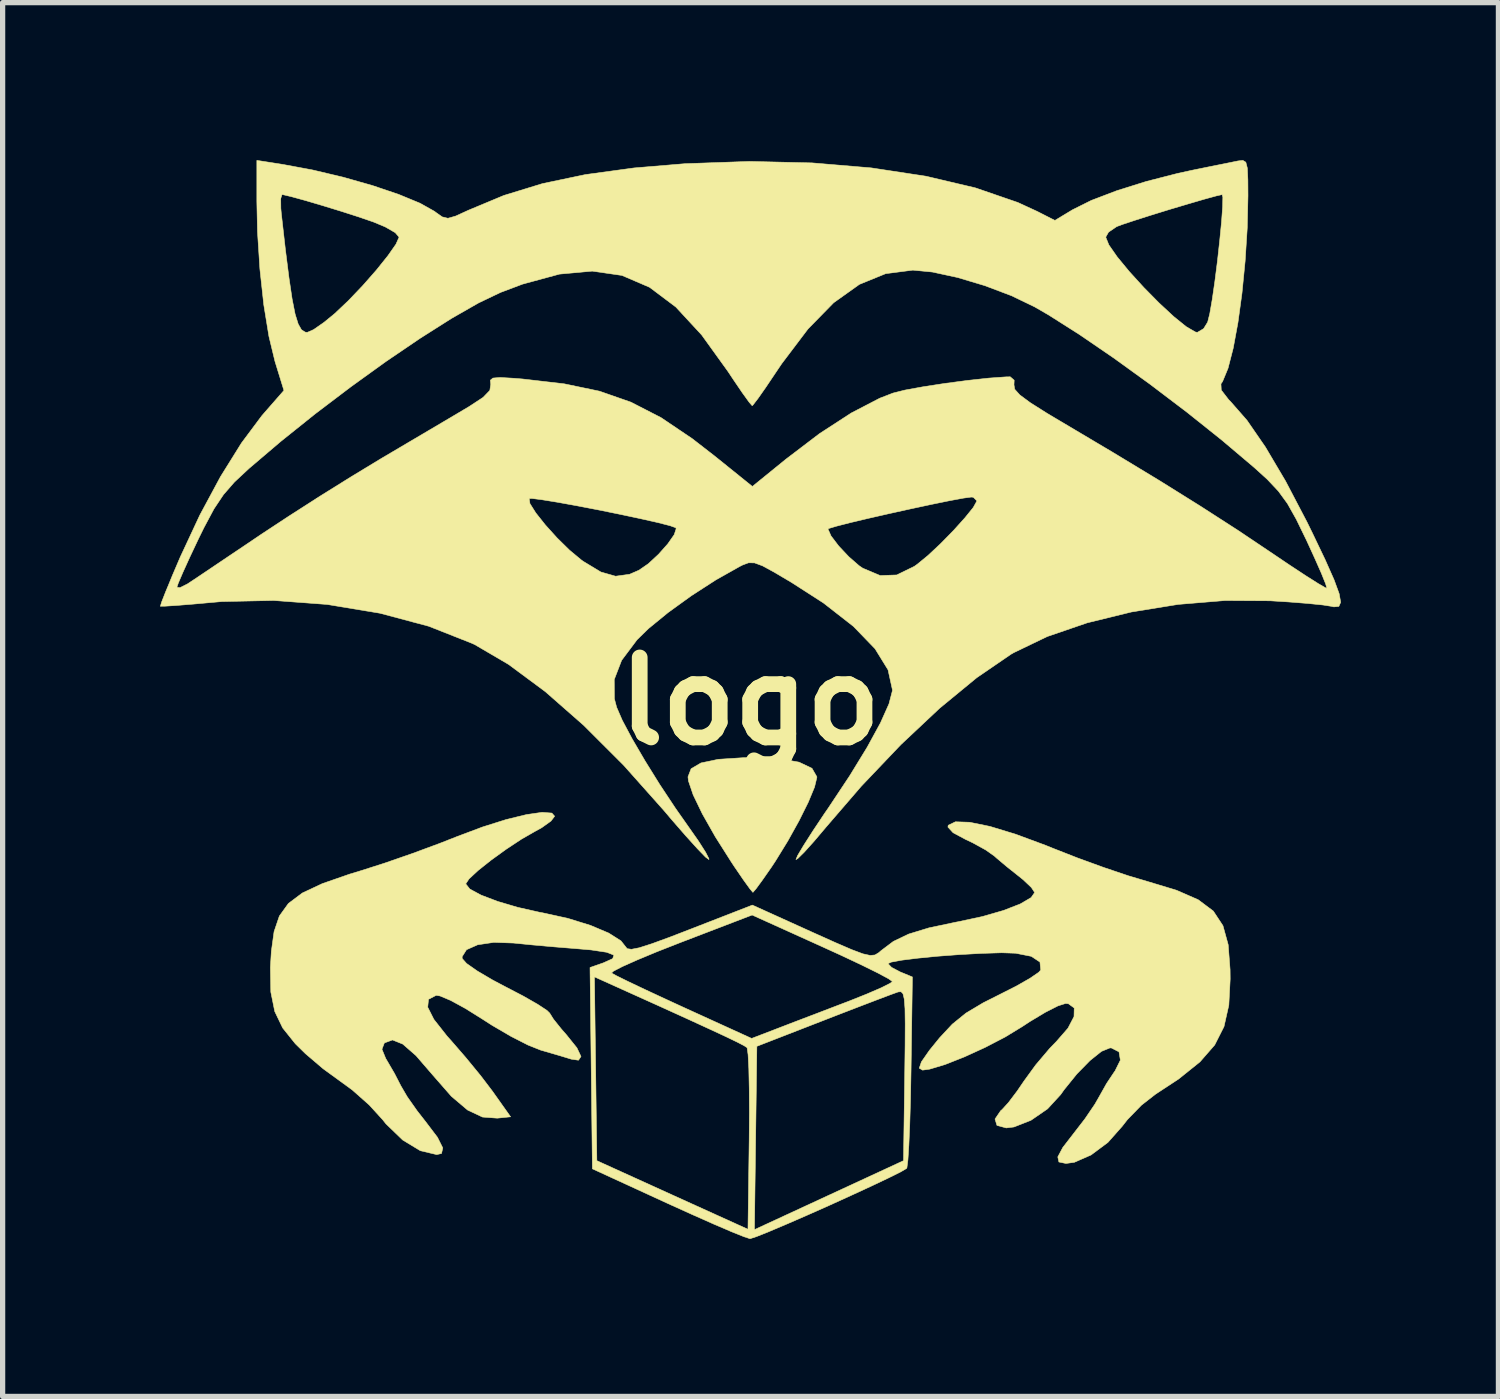
<source format=kicad_pcb>
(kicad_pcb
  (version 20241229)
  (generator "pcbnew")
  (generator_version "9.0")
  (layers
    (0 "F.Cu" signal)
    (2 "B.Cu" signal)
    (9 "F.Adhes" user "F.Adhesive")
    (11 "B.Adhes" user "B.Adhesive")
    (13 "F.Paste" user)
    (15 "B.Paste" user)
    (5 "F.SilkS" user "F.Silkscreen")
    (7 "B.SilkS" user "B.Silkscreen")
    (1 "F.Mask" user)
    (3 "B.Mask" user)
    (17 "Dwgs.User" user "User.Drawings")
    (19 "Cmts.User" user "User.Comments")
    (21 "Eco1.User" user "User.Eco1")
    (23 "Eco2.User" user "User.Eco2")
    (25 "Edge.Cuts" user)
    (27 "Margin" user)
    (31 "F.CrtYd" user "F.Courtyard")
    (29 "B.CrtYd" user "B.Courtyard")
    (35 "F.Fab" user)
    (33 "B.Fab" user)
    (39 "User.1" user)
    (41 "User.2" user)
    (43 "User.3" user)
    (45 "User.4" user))
  (footprint "logo"
    (layer "F.Cu")
    (at 11.241 10.309)
    (property "Reference" "logo" (at 0 0 0) (layer "F.SilkS") (effects (font (size 1.524 1.524) (thickness 0.3))))
    (attr through_hole)
    (fp_poly (pts (xy 0.536 1.091) (xy 0.93 1.16) (xy 1.177 1.277) (xy 1.27 1.439) (xy 1.27 1.452) (xy 1.226 1.635) (xy 1.107 1.922) (xy 0.931 2.276) (xy 0.717 2.661) (xy 0.484 3.04) (xy 0.409 3.154) (xy 0.241 3.395) (xy 0.114 3.569) (xy 0.053 3.64) (xy 0.052 3.641) (xy -0.004 3.575) (xy -0.129 3.402) (xy -0.3 3.152) (xy -0.36 3.061) (xy -0.665 2.58) (xy -0.911 2.146) (xy -1.086 1.783) (xy -1.176 1.518) (xy -1.185 1.44) (xy -1.125 1.285) (xy -0.937 1.175) (xy -0.609 1.106) (xy -0.13 1.075) (xy 0.002 1.072) (xy 0.536 1.091)) (stroke (width 0.01) (type solid)) (fill yes) (layer "F.SilkS"))
    (fp_poly (pts (xy -3.778 2.13) (xy -3.725 2.19) (xy -3.795 2.282) (xy -3.971 2.408) (xy -4.096 2.477) (xy -4.358 2.627) (xy -4.65 2.82) (xy -4.936 3.027) (xy -5.184 3.224) (xy -5.356 3.384) (xy -5.419 3.479) (xy -5.341 3.577) (xy -5.128 3.692) (xy -4.813 3.812) (xy -4.428 3.926) (xy -4.006 4.021) (xy -3.955 4.03) (xy -3.473 4.136) (xy -3.043 4.269) (xy -2.695 4.416) (xy -2.462 4.564) (xy -2.382 4.665) (xy -2.344 4.713) (xy -2.262 4.725) (xy -2.113 4.696) (xy -1.873 4.619) (xy -1.518 4.489) (xy -1.143 4.344) (xy 0.042 3.883) (xy 1.179 4.398) (xy 1.62 4.596) (xy 1.933 4.731) (xy 2.146 4.811) (xy 2.285 4.842) (xy 2.377 4.833) (xy 2.45 4.789) (xy 2.492 4.752) (xy 2.727 4.575) (xy 3.019 4.435) (xy 3.404 4.317) (xy 3.919 4.208) (xy 3.968 4.199) (xy 4.424 4.101) (xy 4.826 3.985) (xy 5.145 3.861) (xy 5.352 3.74) (xy 5.419 3.643) (xy 5.357 3.548) (xy 5.201 3.4) (xy 5.11 3.327) (xy 4.885 3.148) (xy 4.695 2.988) (xy 4.652 2.949) (xy 4.486 2.832) (xy 4.237 2.695) (xy 4.107 2.634) (xy 3.865 2.504) (xy 3.767 2.397) (xy 3.773 2.362) (xy 3.91 2.296) (xy 4.18 2.305) (xy 4.567 2.384) (xy 5.054 2.532) (xy 5.624 2.743) (xy 5.757 2.797) (xy 6.234 2.984) (xy 6.737 3.167) (xy 7.205 3.325) (xy 7.559 3.43) (xy 8.121 3.6) (xy 8.535 3.781) (xy 8.823 3.997) (xy 9.006 4.275) (xy 9.106 4.638) (xy 9.142 5.112) (xy 9.144 5.292) (xy 9.118 5.789) (xy 9.026 6.198) (xy 8.849 6.548) (xy 8.567 6.871) (xy 8.162 7.196) (xy 7.721 7.486) (xy 7.452 7.696) (xy 7.186 7.97) (xy 7.086 8.098) (xy 6.815 8.404) (xy 6.494 8.643) (xy 6.175 8.783) (xy 6.015 8.805) (xy 5.881 8.777) (xy 5.86 8.68) (xy 5.955 8.501) (xy 6.169 8.224) (xy 6.379 7.952) (xy 6.565 7.678) (xy 6.647 7.535) (xy 6.789 7.282) (xy 6.937 7.06) (xy 6.95 7.043) (xy 7.052 6.837) (xy 7.026 6.679) (xy 6.882 6.605) (xy 6.853 6.604) (xy 6.693 6.669) (xy 6.473 6.845) (xy 6.224 7.099) (xy 5.979 7.402) (xy 5.914 7.494) (xy 5.665 7.765) (xy 5.348 7.983) (xy 5.025 8.11) (xy 4.878 8.128) (xy 4.701 8.08) (xy 4.664 7.959) (xy 4.773 7.799) (xy 4.798 7.779) (xy 4.92 7.645) (xy 5.088 7.423) (xy 5.213 7.239) (xy 5.439 6.928) (xy 5.705 6.614) (xy 5.834 6.481) (xy 6.054 6.228) (xy 6.169 6.007) (xy 6.173 5.843) (xy 6.062 5.762) (xy 6.008 5.757) (xy 5.863 5.803) (xy 5.623 5.925) (xy 5.328 6.102) (xy 5.182 6.198) (xy 4.857 6.396) (xy 4.476 6.594) (xy 4.08 6.775) (xy 3.713 6.92) (xy 3.42 7.008) (xy 3.284 7.027) (xy 3.221 6.99) (xy 3.262 6.869) (xy 3.413 6.652) (xy 3.607 6.413) (xy 3.85 6.152) (xy 4.11 5.941) (xy 4.44 5.744) (xy 4.744 5.591) (xy 5.068 5.427) (xy 5.331 5.277) (xy 5.497 5.163) (xy 5.535 5.12) (xy 5.52 4.968) (xy 5.355 4.859) (xy 5.056 4.8) (xy 4.792 4.791) (xy 4.405 4.803) (xy 3.988 4.826) (xy 3.573 4.857) (xy 3.196 4.894) (xy 2.89 4.932) (xy 2.688 4.969) (xy 2.625 4.998) (xy 2.694 5.07) (xy 2.857 5.156) (xy 3.09 5.252) (xy 3.064 7.05) (xy 3.054 7.585) (xy 3.04 8.062) (xy 3.023 8.454) (xy 3.005 8.737) (xy 2.986 8.885) (xy 2.98 8.899) (xy 2.87 8.964) (xy 2.637 9.08) (xy 2.313 9.234) (xy 1.927 9.412) (xy 1.51 9.602) (xy 1.091 9.788) (xy 0.7 9.958) (xy 0.368 10.099) (xy 0.126 10.196) (xy 0.002 10.237) (xy -0.004 10.238) (xy -0.117 10.201) (xy -0.357 10.105) (xy -0.446 10.066) (xy 0.081 10.066) (xy 2.921 8.752) (xy 2.944 7.121) (xy 2.951 6.558) (xy 2.953 6.144) (xy 2.949 5.855) (xy 2.935 5.672) (xy 2.911 5.572) (xy 2.875 5.534) (xy 2.825 5.536) (xy 2.811 5.54) (xy 2.681 5.587) (xy 2.424 5.684) (xy 2.071 5.819) (xy 1.653 5.98) (xy 1.391 6.082) (xy 0.127 6.573) (xy 0.104 8.32) (xy 0.081 10.066) (xy -0.446 10.066) (xy -0.697 9.959) (xy -1.111 9.775) (xy -1.566 9.569) (xy -3.006 8.907) (xy -3.049 5.25) (xy -2.967 5.25) (xy -2.944 7.001) (xy -2.921 8.752) (xy -1.482 9.406) (xy -0.042 10.059) (xy -0.019 8.359) (xy -0.015 7.838) (xy -0.018 7.376) (xy -0.026 6.998) (xy -0.04 6.732) (xy -0.058 6.603) (xy -0.062 6.597) (xy -0.117 6.561) (xy -0.244 6.495) (xy -0.457 6.392) (xy -0.769 6.247) (xy -1.193 6.052) (xy -1.743 5.802) (xy -2.433 5.491) (xy -2.521 5.451) (xy -2.967 5.25) (xy -3.049 5.25) (xy -3.05 5.177) (xy -2.642 5.177) (xy -2.548 5.229) (xy -2.327 5.338) (xy -2.005 5.491) (xy -1.609 5.675) (xy -1.277 5.828) (xy 0.028 6.423) (xy 0.543 6.225) (xy 0.855 6.105) (xy 1.259 5.951) (xy 1.687 5.787) (xy 1.884 5.712) (xy 2.224 5.576) (xy 2.497 5.458) (xy 2.668 5.372) (xy 2.709 5.338) (xy 2.636 5.286) (xy 2.433 5.177) (xy 2.125 5.025) (xy 1.737 4.842) (xy 1.373 4.676) (xy 0.037 4.072) (xy -1.332 4.597) (xy -1.773 4.77) (xy -2.148 4.926) (xy -2.433 5.053) (xy -2.604 5.141) (xy -2.642 5.177) (xy -3.05 5.177) (xy -3.051 5.072) (xy -2.796 4.983) (xy -2.619 4.903) (xy -2.596 4.836) (xy -2.732 4.782) (xy -3.031 4.737) (xy -3.322 4.712) (xy -3.73 4.679) (xy -4.147 4.642) (xy -4.488 4.608) (xy -4.508 4.606) (xy -4.883 4.593) (xy -5.192 4.639) (xy -5.404 4.733) (xy -5.488 4.866) (xy -5.486 4.901) (xy -5.403 4.995) (xy -5.199 5.138) (xy -4.905 5.311) (xy -4.657 5.442) (xy -4.323 5.616) (xy -4.05 5.772) (xy -3.872 5.889) (xy -3.82 5.94) (xy -3.748 6.055) (xy -3.6 6.24) (xy -3.503 6.351) (xy -3.301 6.602) (xy -3.223 6.767) (xy -3.271 6.838) (xy -3.408 6.818) (xy -3.605 6.758) (xy -3.878 6.678) (xy -3.99 6.646) (xy -4.233 6.549) (xy -4.56 6.382) (xy -4.919 6.172) (xy -5.104 6.053) (xy -5.424 5.853) (xy -5.704 5.7) (xy -5.908 5.614) (xy -5.982 5.602) (xy -6.128 5.678) (xy -6.143 5.828) (xy -6.026 6.06) (xy -5.773 6.381) (xy -5.699 6.463) (xy -5.419 6.786) (xy -5.136 7.131) (xy -4.907 7.432) (xy -4.886 7.462) (xy -4.564 7.916) (xy -4.817 7.942) (xy -5.1 7.921) (xy -5.384 7.787) (xy -5.692 7.526) (xy -6.044 7.124) (xy -6.049 7.118) (xy -6.366 6.751) (xy -6.618 6.531) (xy -6.814 6.452) (xy -6.964 6.507) (xy -6.971 6.514) (xy -7.015 6.629) (xy -6.943 6.805) (xy -6.922 6.84) (xy -6.775 7.092) (xy -6.653 7.329) (xy -6.532 7.536) (xy -6.344 7.803) (xy -6.186 8.005) (xy -5.957 8.307) (xy -5.856 8.509) (xy -5.88 8.615) (xy -5.972 8.636) (xy -6.284 8.562) (xy -6.62 8.358) (xy -6.938 8.051) (xy -6.999 7.974) (xy -7.257 7.691) (xy -7.58 7.405) (xy -7.805 7.241) (xy -8.136 7) (xy -8.475 6.711) (xy -8.666 6.523) (xy -8.906 6.223) (xy -9.057 5.909) (xy -9.132 5.538) (xy -9.14 5.069) (xy -9.122 4.765) (xy -9.07 4.389) (xy -8.969 4.091) (xy -8.797 3.852) (xy -8.532 3.653) (xy -8.151 3.474) (xy -7.633 3.294) (xy -7.403 3.224) (xy -6.962 3.083) (xy -6.441 2.902) (xy -5.916 2.708) (xy -5.588 2.579) (xy -5.098 2.395) (xy -4.648 2.253) (xy -4.262 2.159) (xy -3.964 2.116) (xy -3.778 2.13)) (stroke (width 0.01) (type solid)) (fill yes) (layer "F.SilkS"))
    (fp_poly (pts (xy 9.442 -10.269) (xy 9.471 -10.156) (xy 9.481 -9.932) (xy 9.483 -9.632) (xy 9.469 -9.015) (xy 9.429 -8.387) (xy 9.369 -7.777) (xy 9.292 -7.214) (xy 9.202 -6.727) (xy 9.103 -6.343) (xy 8.999 -6.091) (xy 8.968 -6.047) (xy 8.974 -5.928) (xy 9.117 -5.743) (xy 9.152 -5.708) (xy 9.464 -5.352) (xy 9.815 -4.843) (xy 10.199 -4.194) (xy 10.607 -3.415) (xy 10.708 -3.209) (xy 10.954 -2.695) (xy 11.123 -2.314) (xy 11.22 -2.049) (xy 11.249 -1.886) (xy 11.214 -1.807) (xy 11.119 -1.798) (xy 11.07 -1.809) (xy 10.911 -1.834) (xy 10.626 -1.863) (xy 10.256 -1.892) (xy 9.906 -1.914) (xy 9.046 -1.919) (xy 8.153 -1.845) (xy 7.264 -1.701) (xy 6.42 -1.494) (xy 5.659 -1.233) (xy 5.021 -0.926) (xy 4.969 -0.896) (xy 4.316 -0.449) (xy 3.61 0.132) (xy 2.87 0.827) (xy 2.117 1.618) (xy 1.448 2.394) (xy 1.218 2.666) (xy 1.029 2.876) (xy 0.906 2.997) (xy 0.872 3.016) (xy 0.904 2.938) (xy 1.017 2.748) (xy 1.194 2.471) (xy 1.418 2.135) (xy 1.484 2.04) (xy 1.893 1.424) (xy 2.228 0.877) (xy 2.481 0.414) (xy 2.644 0.05) (xy 2.709 -0.2) (xy 2.709 -0.221) (xy 2.626 -0.599) (xy 2.378 -1.001) (xy 1.967 -1.426) (xy 1.396 -1.872) (xy 0.793 -2.26) (xy 0.459 -2.458) (xy 0.235 -2.58) (xy 0.083 -2.636) (xy -0.031 -2.638) (xy -0.144 -2.596) (xy -0.203 -2.566) (xy -0.652 -2.313) (xy -1.121 -2.01) (xy -1.564 -1.69) (xy -1.937 -1.385) (xy -2.155 -1.172) (xy -2.449 -0.78) (xy -2.59 -0.414) (xy -2.587 -0.048) (xy -2.544 0.115) (xy -2.437 0.362) (xy -2.25 0.713) (xy -2.005 1.132) (xy -1.723 1.586) (xy -1.423 2.039) (xy -1.17 2.399) (xy -0.983 2.666) (xy -0.848 2.878) (xy -0.786 3) (xy -0.786 3.016) (xy -0.851 2.968) (xy -1.003 2.811) (xy -1.225 2.566) (xy -1.495 2.256) (xy -1.644 2.08) (xy -2.41 1.22) (xy -3.169 0.461) (xy -3.904 -0.184) (xy -4.603 -0.702) (xy -5.248 -1.08) (xy -5.298 -1.103) (xy -6.123 -1.429) (xy -7.058 -1.678) (xy -8.057 -1.844) (xy -9.076 -1.92) (xy -10.068 -1.899) (xy -10.216 -1.886) (xy -10.606 -1.851) (xy -10.929 -1.825) (xy -11.15 -1.811) (xy -11.236 -1.81) (xy -11.212 -1.89) (xy -11.132 -2.094) (xy -11.099 -2.172) (xy -10.921 -2.172) (xy -10.862 -2.164) (xy -10.715 -2.238) (xy -10.687 -2.257) (xy -10.536 -2.357) (xy -10.276 -2.532) (xy -9.936 -2.761) (xy -9.546 -3.023) (xy -9.311 -3.182) (xy -8.793 -3.523) (xy -8.266 -3.861) (xy -4.21 -3.861) (xy -4.196 -3.766) (xy -4.084 -3.588) (xy -3.903 -3.36) (xy -3.68 -3.113) (xy -3.442 -2.879) (xy -3.216 -2.691) (xy -3.183 -2.667) (xy -2.844 -2.462) (xy -2.564 -2.382) (xy -2.297 -2.419) (xy -2.12 -2.496) (xy -1.94 -2.62) (xy -1.746 -2.8) (xy -1.57 -2.998) (xy -1.447 -3.174) (xy -1.412 -3.281) (xy 1.482 -3.281) (xy 1.54 -3.15) (xy 1.686 -2.958) (xy 1.879 -2.753) (xy 2.075 -2.582) (xy 2.144 -2.535) (xy 2.476 -2.395) (xy 2.791 -2.406) (xy 3.127 -2.57) (xy 3.183 -2.61) (xy 3.388 -2.778) (xy 3.629 -3.004) (xy 3.874 -3.254) (xy 4.091 -3.495) (xy 4.25 -3.692) (xy 4.317 -3.813) (xy 4.318 -3.819) (xy 4.251 -3.886) (xy 4.212 -3.89) (xy 4.064 -3.87) (xy 3.799 -3.821) (xy 3.452 -3.75) (xy 3.056 -3.665) (xy 2.644 -3.574) (xy 2.249 -3.484) (xy 1.904 -3.402) (xy 1.643 -3.335) (xy 1.499 -3.292) (xy 1.482 -3.281) (xy -1.412 -3.281) (xy -1.41 -3.29) (xy -1.419 -3.306) (xy -1.525 -3.344) (xy -1.759 -3.404) (xy -2.087 -3.478) (xy -2.477 -3.561) (xy -2.895 -3.646) (xy -3.305 -3.725) (xy -3.676 -3.792) (xy -3.972 -3.84) (xy -4.161 -3.864) (xy -4.21 -3.861) (xy -8.266 -3.861) (xy -8.198 -3.905) (xy -7.593 -4.282) (xy -7.049 -4.612) (xy -6.985 -4.65) (xy -6.543 -4.911) (xy -6.113 -5.165) (xy -5.735 -5.388) (xy -5.447 -5.559) (xy -5.351 -5.616) (xy -5.088 -5.789) (xy -4.96 -5.921) (xy -4.942 -6.038) (xy -4.942 -6.039) (xy -4.95 -6.116) (xy -4.901 -6.157) (xy -4.763 -6.168) (xy -4.503 -6.153) (xy -4.333 -6.139) (xy -3.542 -6.047) (xy -2.871 -5.907) (xy -2.272 -5.698) (xy -1.698 -5.403) (xy -1.102 -5.001) (xy -0.678 -4.672) (xy 0.042 -4.092) (xy 0.679 -4.61) (xy 1.32 -5.098) (xy 1.925 -5.491) (xy 2.468 -5.773) (xy 2.721 -5.871) (xy 2.948 -5.928) (xy 3.294 -5.991) (xy 3.709 -6.055) (xy 4.142 -6.112) (xy 4.545 -6.156) (xy 4.867 -6.179) (xy 4.954 -6.181) (xy 5.029 -6.116) (xy 5.025 -6.029) (xy 5.039 -5.944) (xy 5.137 -5.835) (xy 5.337 -5.687) (xy 5.658 -5.484) (xy 5.9 -5.34) (xy 6.914 -4.738) (xy 7.801 -4.201) (xy 8.586 -3.711) (xy 9.292 -3.256) (xy 9.903 -2.846) (xy 10.271 -2.598) (xy 10.587 -2.39) (xy 10.826 -2.239) (xy 10.963 -2.16) (xy 10.986 -2.153) (xy 10.963 -2.235) (xy 10.881 -2.439) (xy 10.751 -2.733) (xy 10.602 -3.058) (xy 10.403 -3.467) (xy 10.235 -3.766) (xy 10.062 -4.003) (xy 9.851 -4.227) (xy 9.603 -4.452) (xy 8.991 -4.97) (xy 8.319 -5.507) (xy 7.618 -6.039) (xy 6.923 -6.541) (xy 6.268 -6.989) (xy 5.685 -7.359) (xy 5.419 -7.513) (xy 4.979 -7.725) (xy 4.471 -7.917) (xy 3.95 -8.073) (xy 3.469 -8.177) (xy 3.099 -8.213) (xy 2.581 -8.146) (xy 2.081 -7.942) (xy 1.59 -7.592) (xy 1.1 -7.091) (xy 0.6 -6.43) (xy 0.489 -6.265) (xy 0.301 -5.985) (xy 0.149 -5.768) (xy 0.055 -5.646) (xy 0.038 -5.63) (xy -0.019 -5.696) (xy -0.147 -5.873) (xy -0.321 -6.129) (xy -0.424 -6.284) (xy -0.924 -6.978) (xy -1.416 -7.51) (xy -1.916 -7.886) (xy -2.442 -8.112) (xy -3.008 -8.194) (xy -3.634 -8.137) (xy -4.334 -7.947) (xy -4.754 -7.789) (xy -5.173 -7.589) (xy -5.692 -7.292) (xy -6.287 -6.915) (xy -6.935 -6.475) (xy -7.609 -5.989) (xy -8.287 -5.475) (xy -8.942 -4.95) (xy -9.552 -4.431) (xy -9.555 -4.428) (xy -9.825 -4.176) (xy -10.033 -3.937) (xy -10.216 -3.663) (xy -10.408 -3.303) (xy -10.51 -3.095) (xy -10.675 -2.746) (xy -10.808 -2.453) (xy -10.895 -2.25) (xy -10.921 -2.172) (xy -11.099 -2.172) (xy -11.009 -2.392) (xy -10.855 -2.752) (xy -10.853 -2.756) (xy -10.485 -3.545) (xy -10.09 -4.279) (xy -9.69 -4.921) (xy -9.304 -5.438) (xy -9.253 -5.497) (xy -8.882 -5.921) (xy -9.052 -6.472) (xy -9.168 -6.951) (xy -9.266 -7.553) (xy -9.34 -8.234) (xy -9.386 -8.947) (xy -9.398 -9.521) (xy -9.398 -9.577) (xy -8.943 -9.577) (xy -8.941 -9.389) (xy -8.932 -9.292) (xy -8.854 -8.604) (xy -8.786 -8.067) (xy -8.726 -7.663) (xy -8.669 -7.375) (xy -8.61 -7.186) (xy -8.548 -7.077) (xy -8.477 -7.032) (xy -8.438 -7.027) (xy -8.317 -7.08) (xy -8.119 -7.218) (xy -7.917 -7.383) (xy -7.655 -7.631) (xy -7.381 -7.918) (xy -7.12 -8.215) (xy -6.901 -8.488) (xy -6.748 -8.707) (xy -6.689 -8.84) (xy -6.689 -8.842) (xy 6.773 -8.842) (xy 6.833 -8.693) (xy 6.992 -8.465) (xy 7.223 -8.185) (xy 7.498 -7.883) (xy 7.789 -7.588) (xy 8.068 -7.329) (xy 8.308 -7.135) (xy 8.48 -7.035) (xy 8.518 -7.027) (xy 8.638 -7.098) (xy 8.715 -7.223) (xy 8.755 -7.383) (xy 8.802 -7.654) (xy 8.852 -7.999) (xy 8.901 -8.384) (xy 8.944 -8.773) (xy 8.979 -9.129) (xy 9 -9.418) (xy 9.004 -9.603) (xy 8.991 -9.652) (xy 8.883 -9.628) (xy 8.653 -9.565) (xy 8.342 -9.474) (xy 7.989 -9.369) (xy 7.636 -9.26) (xy 7.322 -9.16) (xy 7.087 -9.082) (xy 6.981 -9.042) (xy 6.827 -8.937) (xy 6.773 -8.842) (xy -6.689 -8.842) (xy -6.689 -8.842) (xy -6.762 -8.927) (xy -6.953 -9.037) (xy -7.176 -9.13) (xy -7.452 -9.225) (xy -7.788 -9.333) (xy -8.143 -9.442) (xy -8.475 -9.54) (xy -8.741 -9.613) (xy -8.899 -9.65) (xy -8.919 -9.652) (xy -8.943 -9.577) (xy -9.398 -9.577) (xy -9.398 -10.304) (xy -8.911 -10.228) (xy -8.339 -10.122) (xy -7.756 -9.984) (xy -7.197 -9.825) (xy -6.697 -9.656) (xy -6.29 -9.488) (xy -6.012 -9.332) (xy -5.991 -9.315) (xy -5.866 -9.227) (xy -5.758 -9.201) (xy -5.61 -9.243) (xy -5.37 -9.353) (xy -4.692 -9.636) (xy -3.958 -9.861) (xy -3.14 -10.033) (xy -2.21 -10.16) (xy -1.24 -10.241) (xy -0.011 -10.284) (xy 1.178 -10.256) (xy 2.305 -10.161) (xy 3.349 -10.002) (xy 4.287 -9.781) (xy 5.098 -9.502) (xy 5.465 -9.333) (xy 5.805 -9.16) (xy 6.141 -9.363) (xy 6.498 -9.541) (xy 6.98 -9.725) (xy 7.544 -9.902) (xy 8.148 -10.057) (xy 8.424 -10.117) (xy 8.768 -10.187) (xy 9.067 -10.247) (xy 9.268 -10.288) (xy 9.292 -10.293) (xy 9.385 -10.304) (xy 9.442 -10.269)) (stroke (width 0.01) (type solid)) (fill yes) (layer "F.SilkS")))
  (gr_rect
    (start -3 -3)
    (end 25.495 23.552)
    (stroke (width 0.1) (type default))
    (fill no)
    (layer "Edge.Cuts")))
</source>
